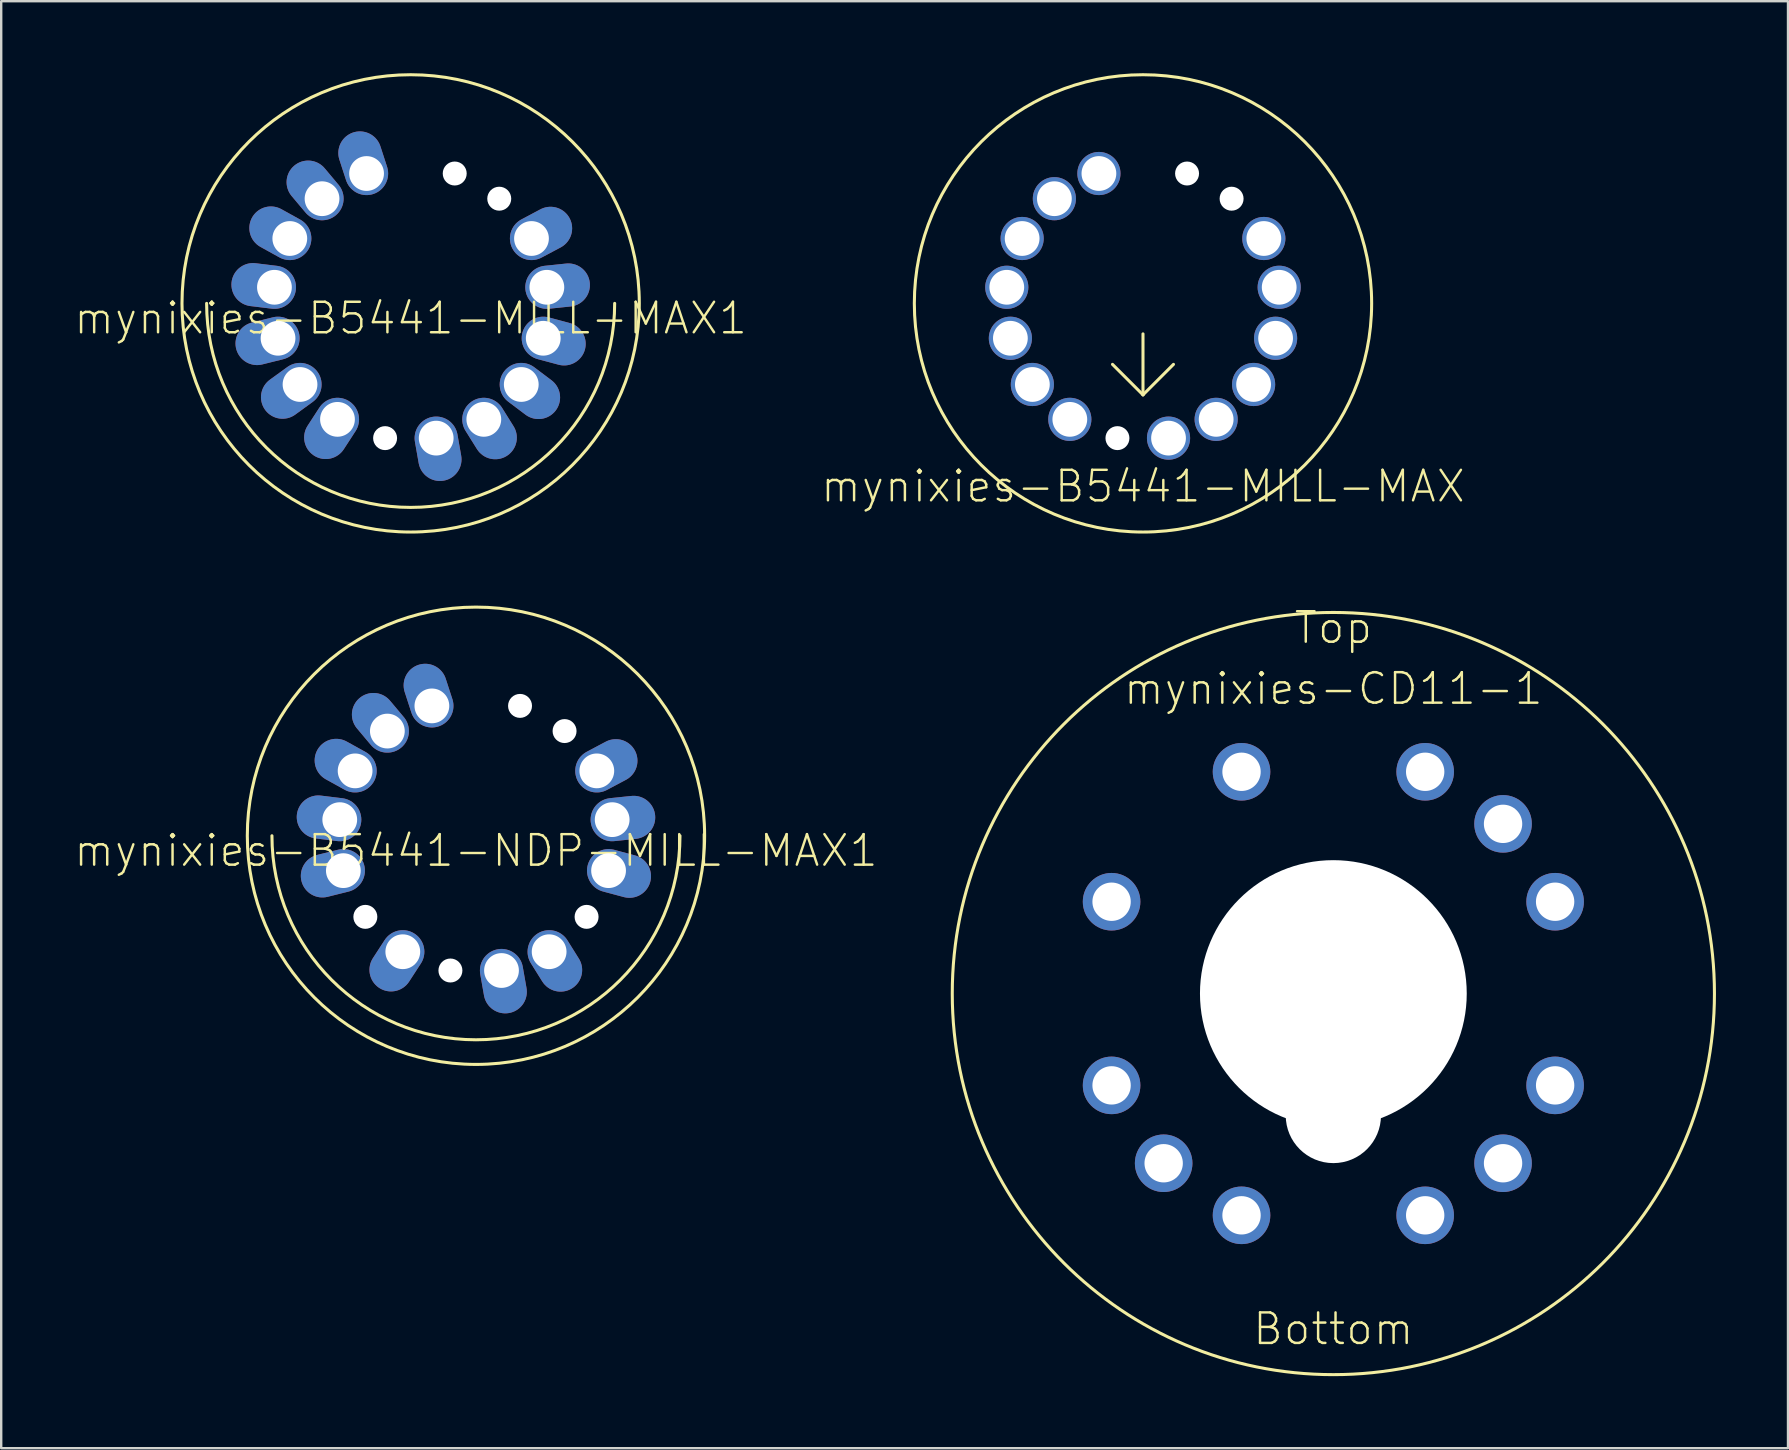
<source format=kicad_pcb>
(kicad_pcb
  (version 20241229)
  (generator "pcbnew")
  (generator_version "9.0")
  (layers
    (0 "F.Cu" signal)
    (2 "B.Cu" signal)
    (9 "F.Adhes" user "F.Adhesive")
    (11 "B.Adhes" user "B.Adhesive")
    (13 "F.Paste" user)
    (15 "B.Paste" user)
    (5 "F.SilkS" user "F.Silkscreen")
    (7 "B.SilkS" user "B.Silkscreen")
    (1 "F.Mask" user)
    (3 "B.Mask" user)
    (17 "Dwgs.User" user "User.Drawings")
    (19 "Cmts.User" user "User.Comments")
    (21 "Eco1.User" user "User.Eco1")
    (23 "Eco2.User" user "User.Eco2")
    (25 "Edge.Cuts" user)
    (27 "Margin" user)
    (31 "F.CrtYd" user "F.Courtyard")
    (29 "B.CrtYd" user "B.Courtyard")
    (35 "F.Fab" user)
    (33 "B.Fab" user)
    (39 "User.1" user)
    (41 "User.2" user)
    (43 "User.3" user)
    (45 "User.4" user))
  (footprint "mynixies-B5441-MILL-MAX1"
    (layer "F.Cu")
    (at 14.056 9.588)
    (property "Reference" "mynixies-B5441-MILL-MAX1" (at 0 0.62 0) (layer "F.SilkS") (effects (font (size 1.27 1.27) (thickness 0.102))))
    (attr exclude_from_pos_files exclude_from_bom)
    (fp_arc (start 8.49884 0) (mid 0 8.49884) (end -8.49884 0) (stroke (width 0.127) (type solid)) (layer "F.SilkS"))
    (fp_circle (center 0 0) (end 0 -9.525) (stroke (width 0.127) (type solid)) (fill no) (layer "F.SilkS"))
    (pad "" np_thru_hole circle (at -1.064 5.613) (size 0.998 0.998) (drill 0.998) (layers "*.Cu" "*.Mask"))
    (pad "" np_thru_hole circle (at 1.836 -5.41) (size 0.998 0.998) (drill 0.998) (layers "*.Cu" "*.Mask"))
    (pad "" np_thru_hole circle (at 3.691 -4.361) (size 0.998 0.998) (drill 0.998) (layers "*.Cu" "*.Mask"))
    (pad "1" thru_hole oval (at -1.836 -5.41 198) (size 1.798 2.697) (drill 1.448 (offset 0 0.45)) (layers "*.Cu" "*.Mask"))
    (pad "2" thru_hole oval (at -3.691 -4.361 220) (size 1.798 2.697) (drill 1.448 (offset 0 0.45)) (layers "*.Cu" "*.Mask"))
    (pad "3" thru_hole oval (at -5.034 -2.703 241) (size 1.798 2.697) (drill 1.448 (offset 0 0.45)) (layers "*.Cu" "*.Mask"))
    (pad "4" thru_hole oval (at -5.674 -0.671 263) (size 1.798 2.697) (drill 1.448 (offset 0 0.45)) (layers "*.Cu" "*.Mask"))
    (pad "5" thru_hole oval (at -5.524 1.453 284) (size 1.798 2.697) (drill 1.448 (offset 0 0.45)) (layers "*.Cu" "*.Mask"))
    (pad "6" thru_hole oval (at -4.608 3.378 306) (size 1.798 2.697) (drill 1.448 (offset 0 0.45)) (layers "*.Cu" "*.Mask"))
    (pad "7" thru_hole oval (at -3.048 4.831 327) (size 1.798 2.697) (drill 1.448 (offset 0 0.45)) (layers "*.Cu" "*.Mask"))
    (pad "9" thru_hole oval (at 1.064 5.613 10) (size 1.798 2.697) (drill 1.448 (offset 0 0.45)) (layers "*.Cu" "*.Mask"))
    (pad "10" thru_hole oval (at 3.048 4.831 32) (size 1.798 2.697) (drill 1.448 (offset 0 0.45)) (layers "*.Cu" "*.Mask"))
    (pad "11" thru_hole oval (at 4.608 3.378 53) (size 1.798 2.697) (drill 1.448 (offset 0 0.45)) (layers "*.Cu" "*.Mask"))
    (pad "12" thru_hole oval (at 5.524 1.453 75) (size 1.798 2.697) (drill 1.448 (offset 0 0.45)) (layers "*.Cu" "*.Mask"))
    (pad "13" thru_hole oval (at 5.674 -0.671 96) (size 1.798 2.697) (drill 1.448 (offset 0 0.45)) (layers "*.Cu" "*.Mask"))
    (pad "14" thru_hole oval (at 5.034 -2.703 118) (size 1.798 2.697) (drill 1.448 (offset 0 0.45)) (layers "*.Cu" "*.Mask")))
  (footprint "mynixies-CD11-1"
    (layer "F.Cu")
    (at 52.493 38.338)
    (property "Reference" "mynixies-CD11-1" (at 0 -12.7 0) (layer "F.SilkS") (effects (font (size 1.27 1.27) (thickness 0.102))))
    (attr exclude_from_pos_files exclude_from_bom)
    (fp_circle (center 0 0) (end 0 -15.875) (stroke (width 0.127) (type solid)) (fill no) (layer "F.SilkS"))
    (fp_text user "Bottom" (at 0 13.97 0) (layer "F.SilkS") (effects (font (size 1.27 1.27) (thickness 0.102))))
    (fp_text user "Top" (at 0 -15.24 0) (layer "F.SilkS") (effects (font (size 1.27 1.27) (thickness 0.102))))
    (pad "" np_thru_hole circle (at 0 0) (size 11.113 11.113) (drill 11.113) (layers "*.Cu" "*.Mask"))
    (pad "" np_thru_hole circle (at 0 5.08) (size 3.967 3.967) (drill 3.967) (layers "*.Cu" "*.Mask"))
    (pad "0" thru_hole circle (at -3.825 -9.238) (size 2.398 2.398) (drill 1.598) (layers "*.Cu" "*.Mask"))
    (pad "1" thru_hole circle (at -9.238 3.825) (size 2.398 2.398) (drill 1.598) (layers "*.Cu" "*.Mask"))
    (pad "2" thru_hole circle (at -7.069 7.069) (size 2.398 2.398) (drill 1.598) (layers "*.Cu" "*.Mask"))
    (pad "3" thru_hole circle (at -3.825 9.238) (size 2.398 2.398) (drill 1.598) (layers "*.Cu" "*.Mask"))
    (pad "4" thru_hole circle (at 3.825 9.238) (size 2.398 2.398) (drill 1.598) (layers "*.Cu" "*.Mask"))
    (pad "5" thru_hole circle (at 7.069 7.069) (size 2.398 2.398) (drill 1.598) (layers "*.Cu" "*.Mask"))
    (pad "6" thru_hole circle (at 9.238 3.825) (size 2.398 2.398) (drill 1.598) (layers "*.Cu" "*.Mask"))
    (pad "7" thru_hole circle (at 9.238 -3.825) (size 2.398 2.398) (drill 1.598) (layers "*.Cu" "*.Mask"))
    (pad "8" thru_hole circle (at 7.069 -7.069) (size 2.398 2.398) (drill 1.598) (layers "*.Cu" "*.Mask"))
    (pad "9" thru_hole circle (at 3.825 -9.238) (size 2.398 2.398) (drill 1.598) (layers "*.Cu" "*.Mask"))
    (pad "A" thru_hole circle (at -9.238 -3.825) (size 2.398 2.398) (drill 1.598) (layers "*.Cu" "*.Mask")))
  (footprint "mynixies-B5441-NDP-MILL-MAX1"
    (layer "F.Cu")
    (at 16.777 31.765)
    (property "Reference" "mynixies-B5441-NDP-MILL-MAX1" (at 0 0.62 0) (layer "F.SilkS") (effects (font (size 1.27 1.27) (thickness 0.102))))
    (attr exclude_from_pos_files exclude_from_bom)
    (fp_arc (start 8.49884 0) (mid 0 8.49884) (end -8.49884 0) (stroke (width 0.127) (type solid)) (layer "F.SilkS"))
    (fp_circle (center 0 0) (end 0 -9.525) (stroke (width 0.127) (type solid)) (fill no) (layer "F.SilkS"))
    (pad "" np_thru_hole circle (at -4.608 3.378) (size 0.998 0.998) (drill 0.998) (layers "*.Cu" "*.Mask"))
    (pad "" np_thru_hole circle (at -1.064 5.613) (size 0.998 0.998) (drill 0.998) (layers "*.Cu" "*.Mask"))
    (pad "" np_thru_hole circle (at 1.836 -5.41) (size 0.998 0.998) (drill 0.998) (layers "*.Cu" "*.Mask"))
    (pad "" np_thru_hole circle (at 3.691 -4.361) (size 0.998 0.998) (drill 0.998) (layers "*.Cu" "*.Mask"))
    (pad "" np_thru_hole circle (at 4.608 3.378) (size 0.998 0.998) (drill 0.998) (layers "*.Cu" "*.Mask"))
    (pad "1" thru_hole oval (at -1.836 -5.41 198) (size 1.798 2.697) (drill 1.448 (offset 0 0.45)) (layers "*.Cu" "*.Mask"))
    (pad "2" thru_hole oval (at -3.691 -4.361 220) (size 1.798 2.697) (drill 1.448 (offset 0 0.45)) (layers "*.Cu" "*.Mask"))
    (pad "3" thru_hole oval (at -5.034 -2.703 241) (size 1.798 2.697) (drill 1.448 (offset 0 0.45)) (layers "*.Cu" "*.Mask"))
    (pad "4" thru_hole oval (at -5.674 -0.671 263) (size 1.798 2.697) (drill 1.448 (offset 0 0.45)) (layers "*.Cu" "*.Mask"))
    (pad "5" thru_hole oval (at -5.524 1.453 284) (size 1.798 2.697) (drill 1.448 (offset 0 0.45)) (layers "*.Cu" "*.Mask"))
    (pad "7" thru_hole oval (at -3.048 4.831 327) (size 1.798 2.697) (drill 1.448 (offset 0 0.45)) (layers "*.Cu" "*.Mask"))
    (pad "9" thru_hole oval (at 1.064 5.613 10) (size 1.798 2.697) (drill 1.448 (offset 0 0.45)) (layers "*.Cu" "*.Mask"))
    (pad "10" thru_hole oval (at 3.048 4.831 32) (size 1.798 2.697) (drill 1.448 (offset 0 0.45)) (layers "*.Cu" "*.Mask"))
    (pad "12" thru_hole oval (at 5.524 1.453 75) (size 1.798 2.697) (drill 1.448 (offset 0 0.45)) (layers "*.Cu" "*.Mask"))
    (pad "13" thru_hole oval (at 5.674 -0.671 96) (size 1.798 2.697) (drill 1.448 (offset 0 0.45)) (layers "*.Cu" "*.Mask"))
    (pad "14" thru_hole oval (at 5.034 -2.703 118) (size 1.798 2.697) (drill 1.448 (offset 0 0.45)) (layers "*.Cu" "*.Mask")))
  (footprint "mynixies-B5441-MILL-MAX"
    (layer "F.Cu")
    (at 44.563 9.588)
    (property "Reference" "mynixies-B5441-MILL-MAX" (at 0 7.62 0) (layer "F.SilkS") (effects (font (size 1.27 1.27) (thickness 0.102))))
    (attr exclude_from_pos_files exclude_from_bom)
    (fp_line (start 0 1.27) (end 0 3.81) (stroke (width 0.127) (type solid)) (layer "F.SilkS"))
    (fp_line (start 0 3.81) (end -1.27 2.54) (stroke (width 0.127) (type solid)) (layer "F.SilkS"))
    (fp_line (start 0 3.81) (end 1.27 2.54) (stroke (width 0.127) (type solid)) (layer "F.SilkS"))
    (fp_circle (center 0 0) (end 0 -9.525) (stroke (width 0.127) (type solid)) (fill no) (layer "F.SilkS"))
    (pad "" np_thru_hole circle (at -1.064 5.613) (size 0.998 0.998) (drill 0.998) (layers "*.Cu" "*.Mask"))
    (pad "" np_thru_hole circle (at 1.836 -5.41) (size 0.998 0.998) (drill 0.998) (layers "*.Cu" "*.Mask"))
    (pad "" np_thru_hole circle (at 3.691 -4.361) (size 0.998 0.998) (drill 0.998) (layers "*.Cu" "*.Mask"))
    (pad "1" thru_hole circle (at -1.836 -5.41) (size 1.798 1.798) (drill 1.448) (layers "*.Cu" "*.Mask"))
    (pad "2" thru_hole circle (at -3.691 -4.361) (size 1.798 1.798) (drill 1.448) (layers "*.Cu" "*.Mask"))
    (pad "3" thru_hole circle (at -5.034 -2.703) (size 1.798 1.798) (drill 1.448) (layers "*.Cu" "*.Mask"))
    (pad "4" thru_hole circle (at -5.674 -0.671) (size 1.798 1.798) (drill 1.448) (layers "*.Cu" "*.Mask"))
    (pad "5" thru_hole circle (at -5.524 1.453) (size 1.798 1.798) (drill 1.448) (layers "*.Cu" "*.Mask"))
    (pad "6" thru_hole circle (at -4.608 3.378) (size 1.798 1.798) (drill 1.448) (layers "*.Cu" "*.Mask"))
    (pad "7" thru_hole circle (at -3.048 4.831) (size 1.798 1.798) (drill 1.448) (layers "*.Cu" "*.Mask"))
    (pad "9" thru_hole circle (at 1.064 5.613) (size 1.798 1.798) (drill 1.448) (layers "*.Cu" "*.Mask"))
    (pad "10" thru_hole circle (at 3.048 4.831) (size 1.798 1.798) (drill 1.448) (layers "*.Cu" "*.Mask"))
    (pad "11" thru_hole circle (at 4.608 3.378) (size 1.798 1.798) (drill 1.448) (layers "*.Cu" "*.Mask"))
    (pad "12" thru_hole circle (at 5.524 1.453) (size 1.798 1.798) (drill 1.448) (layers "*.Cu" "*.Mask"))
    (pad "13" thru_hole circle (at 5.674 -0.671) (size 1.798 1.798) (drill 1.448) (layers "*.Cu" "*.Mask"))
    (pad "14" thru_hole circle (at 5.034 -2.703) (size 1.798 1.798) (drill 1.448) (layers "*.Cu" "*.Mask")))
  (gr_rect
    (start -3 -3)
    (end 71.432 57.277)
    (stroke (width 0.1) (type default))
    (fill no)
    (layer "Edge.Cuts")))
</source>
